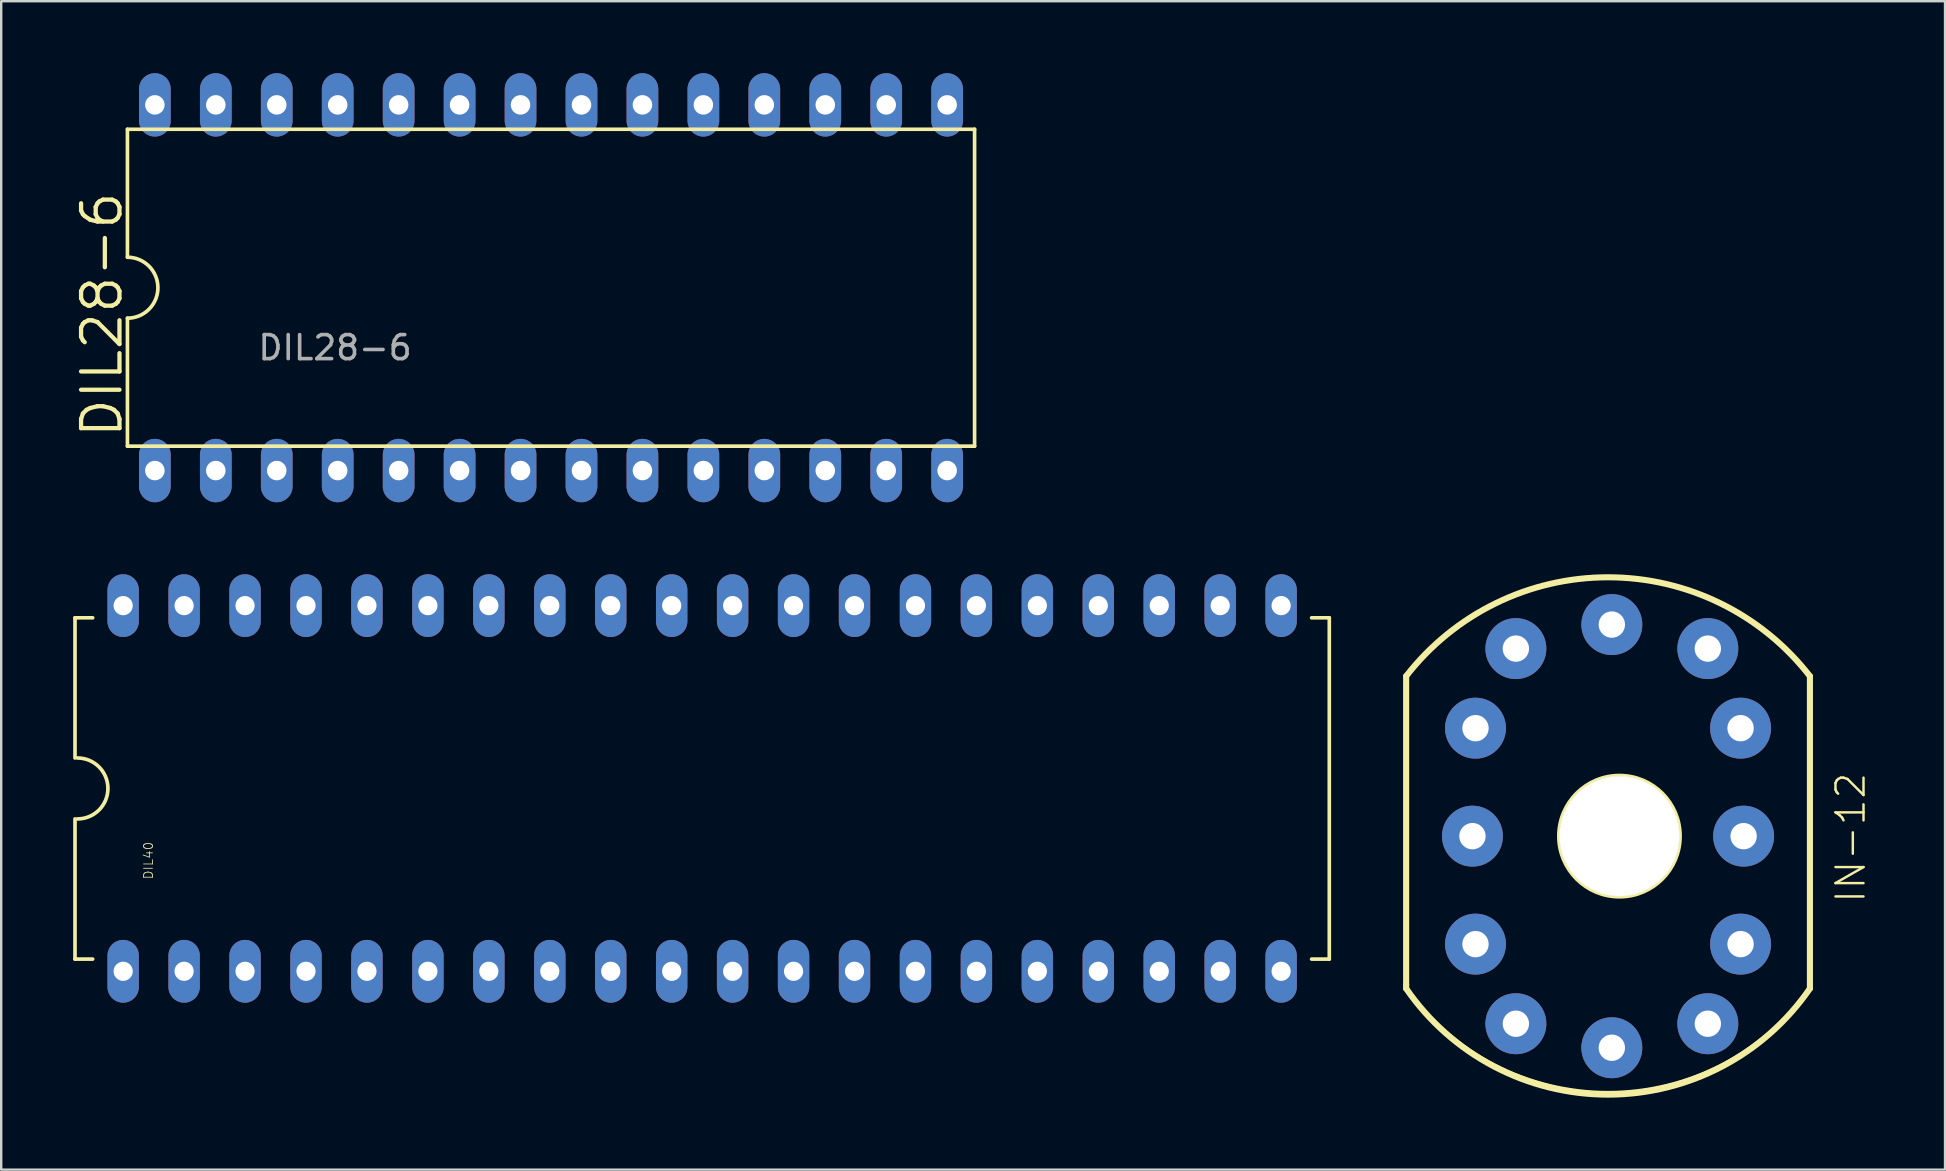
<source format=kicad_pcb>
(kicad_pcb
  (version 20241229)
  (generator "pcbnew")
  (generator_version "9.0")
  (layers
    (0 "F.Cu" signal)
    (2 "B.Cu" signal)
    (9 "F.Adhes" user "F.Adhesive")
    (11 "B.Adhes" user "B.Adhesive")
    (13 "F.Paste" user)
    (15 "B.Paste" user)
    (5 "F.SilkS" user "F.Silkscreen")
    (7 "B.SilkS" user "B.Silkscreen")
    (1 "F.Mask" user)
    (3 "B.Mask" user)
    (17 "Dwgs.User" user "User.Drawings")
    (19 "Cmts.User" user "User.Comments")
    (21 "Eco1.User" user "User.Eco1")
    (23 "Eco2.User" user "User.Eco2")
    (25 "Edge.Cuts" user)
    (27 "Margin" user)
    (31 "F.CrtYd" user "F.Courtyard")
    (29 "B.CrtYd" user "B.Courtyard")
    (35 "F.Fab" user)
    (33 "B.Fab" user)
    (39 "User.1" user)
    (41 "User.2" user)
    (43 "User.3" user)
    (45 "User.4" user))
  (footprint "IN-12"
    (layer "F.Cu")
    (at 64.443 31.798)
    (property "Reference" "IN-12" (at 10.319 2.857 90) (layer "F.SilkS") (effects (font (size 1.168 1.168) (thickness 0.102)) (justify left bottom)))
    (fp_line (start -8.89 6.191) (end -8.89 -6.668) (stroke (width 0.254) (type solid)) (layer "F.SilkS"))
    (fp_line (start -8.89 6.191) (end -8.89 6.35) (stroke (width 0.254) (type solid)) (layer "F.SilkS"))
    (fp_line (start 7.938 -6.668) (end 7.938 6.35) (stroke (width 0.254) (type solid)) (layer "F.SilkS"))
    (fp_arc (start -8.89 -6.6675) (mid -0.47625 -10.789266) (end 7.9375 -6.6675) (stroke (width 0.254) (type solid)) (layer "F.SilkS"))
    (fp_arc (start -8.89 -6.6675) (mid -0.47625 -10.75753) (end 7.9375 -6.6675) (stroke (width 0.127) (type solid)) (layer "F.SilkS"))
    (fp_arc (start 7.9375 6.35) (mid -0.476251 10.77158) (end -8.890001 6.349999) (stroke (width 0.254) (type solid)) (layer "F.SilkS"))
    (fp_arc (start 7.9375 6.35) (mid -0.47625 10.679875) (end -8.89 6.35) (stroke (width 0.127) (type solid)) (layer "F.SilkS"))
    (fp_circle (center 0 0) (end 2.54 0) (stroke (width 0.127) (type solid)) (fill no) (layer "F.SilkS"))
    (pad "" np_thru_hole circle (at 0 0) (size 5 5) (drill 5) (layers "*.Cu" "*.Mask"))
    (pad "0" thru_hole circle (at 5.048 4.5) (size 2.54 2.54) (drill 1.1) (layers "*.Cu" "*.Mask"))
    (pad "1" thru_hole circle (at -4.317 7.817) (size 2.54 2.54) (drill 1.1) (layers "*.Cu" "*.Mask"))
    (pad "2" thru_hole circle (at -6 4.5) (size 2.54 2.54) (drill 1.1) (layers "*.Cu" "*.Mask"))
    (pad "3" thru_hole circle (at -6.127 0) (size 2.54 2.54) (drill 1.1) (layers "*.Cu" "*.Mask"))
    (pad "4" thru_hole circle (at -6 -4.5) (size 2.54 2.54) (drill 1.1) (layers "*.Cu" "*.Mask"))
    (pad "5" thru_hole circle (at -4.317 -7.817) (size 2.54 2.54) (drill 1.1) (layers "*.Cu" "*.Mask"))
    (pad "6" thru_hole circle (at -0.318 -8.818) (size 2.54 2.54) (drill 1.1) (layers "*.Cu" "*.Mask"))
    (pad "7" thru_hole circle (at 3.683 -7.817) (size 2.54 2.54) (drill 1.1) (layers "*.Cu" "*.Mask"))
    (pad "8" thru_hole circle (at 5.048 -4.5) (size 2.54 2.54) (drill 1.1) (layers "*.Cu" "*.Mask"))
    (pad "9" thru_hole circle (at 5.175 0) (size 2.54 2.54) (drill 1.1) (layers "*.Cu" "*.Mask"))
    (pad "A" thru_hole circle (at 3.683 7.817) (size 2.54 2.54) (drill 1.1) (layers "*.Cu" "*.Mask"))
    (pad "LHDP" thru_hole circle (at -0.318 8.818) (size 2.54 2.54) (drill 1.1) (layers "*.Cu" "*.Mask")))
  (footprint "DIL28-6"
    (layer "F.Cu")
    (at 19.914 8.941)
    (property "Reference" "DIL28-6" (at -17.78 6.35 90) (layer "F.SilkS") (effects (font (size 1.6 1.6) (thickness 0.178)) (justify left bottom)))
    (fp_line (start -17.653 -6.604) (end -17.653 -1.27) (stroke (width 0.152) (type solid)) (layer "F.SilkS"))
    (fp_line (start -17.653 -6.604) (end 17.653 -6.604) (stroke (width 0.152) (type solid)) (layer "F.SilkS"))
    (fp_line (start -17.653 1.27) (end -17.653 6.604) (stroke (width 0.152) (type solid)) (layer "F.SilkS"))
    (fp_line (start -17.653 6.604) (end 17.653 6.604) (stroke (width 0.152) (type solid)) (layer "F.SilkS"))
    (fp_line (start 17.653 6.604) (end 17.653 -6.604) (stroke (width 0.152) (type solid)) (layer "F.SilkS"))
    (fp_arc (start -17.653 -1.27) (mid -16.383 0) (end -17.653 1.27) (stroke (width 0.1524) (type solid)) (layer "F.SilkS"))
    (fp_text user "${REFERENCE}" (at -9 2.5 0) (layer "F.Fab") (effects (font (size 1 1) (thickness 0.15))))
    (pad "1" thru_hole oval (at -16.51 7.62 90) (size 2.642 1.321) (drill 0.813) (layers "*.Cu" "*.Mask"))
    (pad "2" thru_hole oval (at -13.97 7.62 90) (size 2.642 1.321) (drill 0.813) (layers "*.Cu" "*.Mask"))
    (pad "3" thru_hole oval (at -11.43 7.62 90) (size 2.642 1.321) (drill 0.813) (layers "*.Cu" "*.Mask"))
    (pad "4" thru_hole oval (at -8.89 7.62 90) (size 2.642 1.321) (drill 0.813) (layers "*.Cu" "*.Mask"))
    (pad "5" thru_hole oval (at -6.35 7.62 90) (size 2.642 1.321) (drill 0.813) (layers "*.Cu" "*.Mask"))
    (pad "6" thru_hole oval (at -3.81 7.62 90) (size 2.642 1.321) (drill 0.813) (layers "*.Cu" "*.Mask"))
    (pad "7" thru_hole oval (at -1.27 7.62 90) (size 2.642 1.321) (drill 0.813) (layers "*.Cu" "*.Mask"))
    (pad "8" thru_hole oval (at 1.27 7.62 90) (size 2.642 1.321) (drill 0.813) (layers "*.Cu" "*.Mask"))
    (pad "9" thru_hole oval (at 3.81 7.62 90) (size 2.642 1.321) (drill 0.813) (layers "*.Cu" "*.Mask"))
    (pad "10" thru_hole oval (at 6.35 7.62 90) (size 2.642 1.321) (drill 0.813) (layers "*.Cu" "*.Mask"))
    (pad "11" thru_hole oval (at 8.89 7.62 90) (size 2.642 1.321) (drill 0.813) (layers "*.Cu" "*.Mask"))
    (pad "12" thru_hole oval (at 11.43 7.62 90) (size 2.642 1.321) (drill 0.813) (layers "*.Cu" "*.Mask"))
    (pad "13" thru_hole oval (at 13.97 7.62 90) (size 2.642 1.321) (drill 0.813) (layers "*.Cu" "*.Mask"))
    (pad "14" thru_hole oval (at 16.51 7.62 90) (size 2.642 1.321) (drill 0.813) (layers "*.Cu" "*.Mask"))
    (pad "15" thru_hole oval (at 16.51 -7.62 90) (size 2.642 1.321) (drill 0.813) (layers "*.Cu" "*.Mask"))
    (pad "16" thru_hole oval (at 13.97 -7.62 90) (size 2.642 1.321) (drill 0.813) (layers "*.Cu" "*.Mask"))
    (pad "17" thru_hole oval (at 11.43 -7.62 90) (size 2.642 1.321) (drill 0.813) (layers "*.Cu" "*.Mask"))
    (pad "18" thru_hole oval (at 8.89 -7.62 90) (size 2.642 1.321) (drill 0.813) (layers "*.Cu" "*.Mask"))
    (pad "19" thru_hole oval (at 6.35 -7.62 90) (size 2.642 1.321) (drill 0.813) (layers "*.Cu" "*.Mask"))
    (pad "20" thru_hole oval (at 3.81 -7.62 90) (size 2.642 1.321) (drill 0.813) (layers "*.Cu" "*.Mask"))
    (pad "21" thru_hole oval (at 1.27 -7.62 90) (size 2.642 1.321) (drill 0.813) (layers "*.Cu" "*.Mask"))
    (pad "22" thru_hole oval (at -1.27 -7.62 90) (size 2.642 1.321) (drill 0.813) (layers "*.Cu" "*.Mask"))
    (pad "23" thru_hole oval (at -3.81 -7.62 90) (size 2.642 1.321) (drill 0.813) (layers "*.Cu" "*.Mask"))
    (pad "24" thru_hole oval (at -6.35 -7.62 90) (size 2.642 1.321) (drill 0.813) (layers "*.Cu" "*.Mask"))
    (pad "25" thru_hole oval (at -8.89 -7.62 90) (size 2.642 1.321) (drill 0.813) (layers "*.Cu" "*.Mask"))
    (pad "26" thru_hole oval (at -11.43 -7.62 90) (size 2.642 1.321) (drill 0.813) (layers "*.Cu" "*.Mask"))
    (pad "27" thru_hole oval (at -13.97 -7.62 90) (size 2.642 1.321) (drill 0.813) (layers "*.Cu" "*.Mask"))
    (pad "28" thru_hole oval (at -16.51 -7.62 90) (size 2.642 1.321) (drill 0.813) (layers "*.Cu" "*.Mask")))
  (footprint "DIL40"
    (layer "F.Cu")
    (at 26.213 29.81)
    (property "Reference" "DIL40" (at -22.86 3.81 90) (layer "F.SilkS") (effects (font (size 0.374 0.374) (thickness 0.033)) (justify left bottom)))
    (fp_line (start -26.137 -7.112) (end -26.137 -1.27) (stroke (width 0.152) (type solid)) (layer "F.SilkS"))
    (fp_line (start -26.137 -7.112) (end -25.4 -7.112) (stroke (width 0.152) (type solid)) (layer "F.SilkS"))
    (fp_line (start -26.137 7.112) (end -26.137 1.27) (stroke (width 0.152) (type solid)) (layer "F.SilkS"))
    (fp_line (start -26.137 7.112) (end -25.4 7.112) (stroke (width 0.152) (type solid)) (layer "F.SilkS"))
    (fp_line (start 26.137 -7.112) (end 25.4 -7.112) (stroke (width 0.152) (type solid)) (layer "F.SilkS"))
    (fp_line (start 26.137 -7.112) (end 26.137 7.112) (stroke (width 0.152) (type solid)) (layer "F.SilkS"))
    (fp_line (start 26.137 7.112) (end 25.4 7.112) (stroke (width 0.152) (type solid)) (layer "F.SilkS"))
    (fp_arc (start -26.035 -1.27) (mid -24.765 0) (end -26.035 1.27) (stroke (width 0.1524) (type solid)) (layer "F.SilkS"))
    (pad "1" thru_hole oval (at -24.13 7.62 90) (size 2.616 1.308) (drill 0.8) (layers "*.Cu" "*.Mask"))
    (pad "2" thru_hole oval (at -21.59 7.62 90) (size 2.616 1.308) (drill 0.8) (layers "*.Cu" "*.Mask"))
    (pad "3" thru_hole oval (at -19.05 7.62 90) (size 2.616 1.308) (drill 0.8) (layers "*.Cu" "*.Mask"))
    (pad "4" thru_hole oval (at -16.51 7.62 90) (size 2.616 1.308) (drill 0.8) (layers "*.Cu" "*.Mask"))
    (pad "5" thru_hole oval (at -13.97 7.62 90) (size 2.616 1.308) (drill 0.8) (layers "*.Cu" "*.Mask"))
    (pad "6" thru_hole oval (at -11.43 7.62 90) (size 2.616 1.308) (drill 0.8) (layers "*.Cu" "*.Mask"))
    (pad "7" thru_hole oval (at -8.89 7.62 90) (size 2.616 1.308) (drill 0.8) (layers "*.Cu" "*.Mask"))
    (pad "8" thru_hole oval (at -6.35 7.62 90) (size 2.616 1.308) (drill 0.8) (layers "*.Cu" "*.Mask"))
    (pad "9" thru_hole oval (at -3.81 7.62 90) (size 2.616 1.308) (drill 0.8) (layers "*.Cu" "*.Mask"))
    (pad "10" thru_hole oval (at -1.27 7.62 90) (size 2.616 1.308) (drill 0.8) (layers "*.Cu" "*.Mask"))
    (pad "11" thru_hole oval (at 1.27 7.62 90) (size 2.616 1.308) (drill 0.8) (layers "*.Cu" "*.Mask"))
    (pad "12" thru_hole oval (at 3.81 7.62 90) (size 2.616 1.308) (drill 0.8) (layers "*.Cu" "*.Mask"))
    (pad "13" thru_hole oval (at 6.35 7.62 90) (size 2.616 1.308) (drill 0.8) (layers "*.Cu" "*.Mask"))
    (pad "14" thru_hole oval (at 8.89 7.62 90) (size 2.616 1.308) (drill 0.8) (layers "*.Cu" "*.Mask"))
    (pad "15" thru_hole oval (at 11.43 7.62 90) (size 2.616 1.308) (drill 0.8) (layers "*.Cu" "*.Mask"))
    (pad "16" thru_hole oval (at 13.97 7.62 90) (size 2.616 1.308) (drill 0.8) (layers "*.Cu" "*.Mask"))
    (pad "17" thru_hole oval (at 16.51 7.62 90) (size 2.616 1.308) (drill 0.8) (layers "*.Cu" "*.Mask"))
    (pad "18" thru_hole oval (at 19.05 7.62 90) (size 2.616 1.308) (drill 0.8) (layers "*.Cu" "*.Mask"))
    (pad "19" thru_hole oval (at 21.59 7.62 90) (size 2.616 1.308) (drill 0.8) (layers "*.Cu" "*.Mask"))
    (pad "20" thru_hole oval (at 24.13 7.62 90) (size 2.616 1.308) (drill 0.8) (layers "*.Cu" "*.Mask"))
    (pad "21" thru_hole oval (at 24.13 -7.62 90) (size 2.616 1.308) (drill 0.8) (layers "*.Cu" "*.Mask"))
    (pad "22" thru_hole oval (at 21.59 -7.62 90) (size 2.616 1.308) (drill 0.8) (layers "*.Cu" "*.Mask"))
    (pad "23" thru_hole oval (at 19.05 -7.62 90) (size 2.616 1.308) (drill 0.8) (layers "*.Cu" "*.Mask"))
    (pad "24" thru_hole oval (at 16.51 -7.62 90) (size 2.616 1.308) (drill 0.8) (layers "*.Cu" "*.Mask"))
    (pad "25" thru_hole oval (at 13.97 -7.62 90) (size 2.616 1.308) (drill 0.8) (layers "*.Cu" "*.Mask"))
    (pad "26" thru_hole oval (at 11.43 -7.62 90) (size 2.616 1.308) (drill 0.8) (layers "*.Cu" "*.Mask"))
    (pad "27" thru_hole oval (at 8.89 -7.62 90) (size 2.616 1.308) (drill 0.8) (layers "*.Cu" "*.Mask"))
    (pad "28" thru_hole oval (at 6.35 -7.62 90) (size 2.616 1.308) (drill 0.8) (layers "*.Cu" "*.Mask"))
    (pad "29" thru_hole oval (at 3.81 -7.62 90) (size 2.616 1.308) (drill 0.8) (layers "*.Cu" "*.Mask"))
    (pad "30" thru_hole oval (at 1.27 -7.62 90) (size 2.616 1.308) (drill 0.8) (layers "*.Cu" "*.Mask"))
    (pad "31" thru_hole oval (at -1.27 -7.62 90) (size 2.616 1.308) (drill 0.8) (layers "*.Cu" "*.Mask"))
    (pad "32" thru_hole oval (at -3.81 -7.62 90) (size 2.616 1.308) (drill 0.8) (layers "*.Cu" "*.Mask"))
    (pad "33" thru_hole oval (at -6.35 -7.62 90) (size 2.616 1.308) (drill 0.8) (layers "*.Cu" "*.Mask"))
    (pad "34" thru_hole oval (at -8.89 -7.62 90) (size 2.616 1.308) (drill 0.8) (layers "*.Cu" "*.Mask"))
    (pad "35" thru_hole oval (at -11.43 -7.62 90) (size 2.616 1.308) (drill 0.8) (layers "*.Cu" "*.Mask"))
    (pad "36" thru_hole oval (at -13.97 -7.62 90) (size 2.616 1.308) (drill 0.8) (layers "*.Cu" "*.Mask"))
    (pad "37" thru_hole oval (at -16.51 -7.62 90) (size 2.616 1.308) (drill 0.8) (layers "*.Cu" "*.Mask"))
    (pad "38" thru_hole oval (at -19.05 -7.62 90) (size 2.616 1.308) (drill 0.8) (layers "*.Cu" "*.Mask"))
    (pad "39" thru_hole oval (at -21.59 -7.62 90) (size 2.616 1.308) (drill 0.8) (layers "*.Cu" "*.Mask"))
    (pad "40" thru_hole oval (at -24.13 -7.62 90) (size 2.616 1.308) (drill 0.8) (layers "*.Cu" "*.Mask")))
  (gr_rect
    (start -3 -3)
    (end 78.012 45.696)
    (stroke (width 0.1) (type default))
    (fill no)
    (layer "Edge.Cuts")))
</source>
